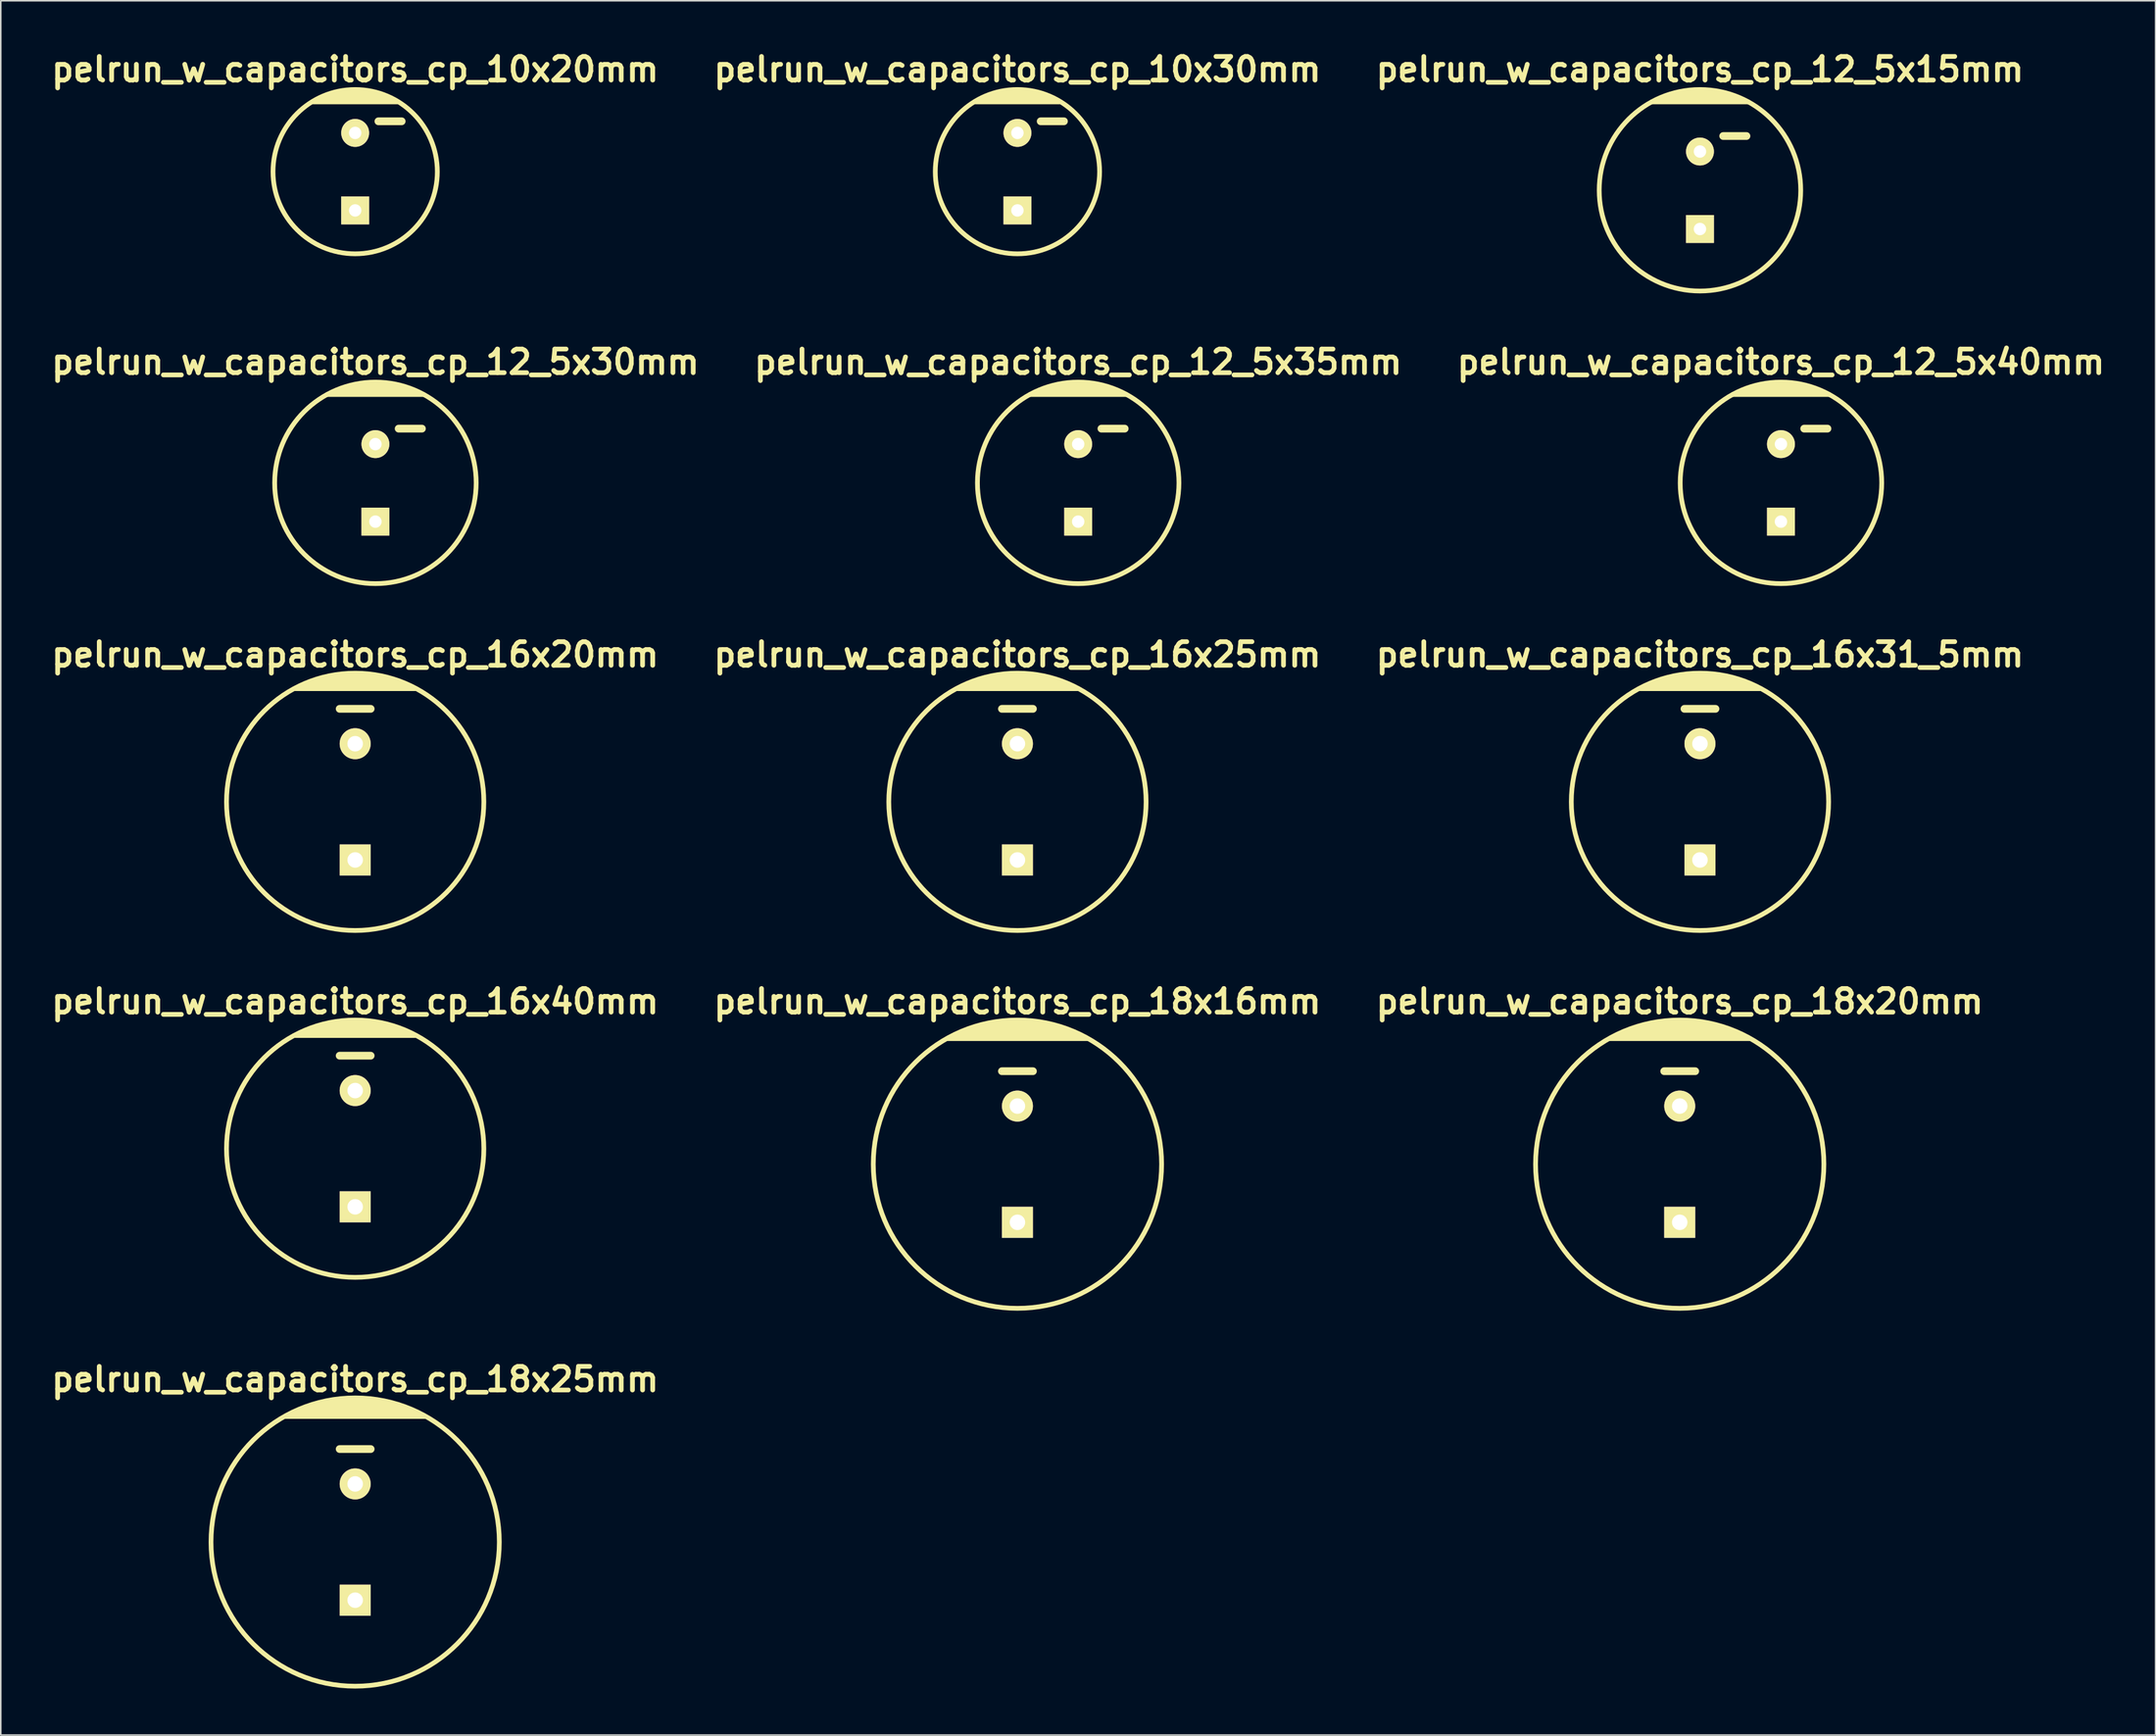
<source format=kicad_pcb>
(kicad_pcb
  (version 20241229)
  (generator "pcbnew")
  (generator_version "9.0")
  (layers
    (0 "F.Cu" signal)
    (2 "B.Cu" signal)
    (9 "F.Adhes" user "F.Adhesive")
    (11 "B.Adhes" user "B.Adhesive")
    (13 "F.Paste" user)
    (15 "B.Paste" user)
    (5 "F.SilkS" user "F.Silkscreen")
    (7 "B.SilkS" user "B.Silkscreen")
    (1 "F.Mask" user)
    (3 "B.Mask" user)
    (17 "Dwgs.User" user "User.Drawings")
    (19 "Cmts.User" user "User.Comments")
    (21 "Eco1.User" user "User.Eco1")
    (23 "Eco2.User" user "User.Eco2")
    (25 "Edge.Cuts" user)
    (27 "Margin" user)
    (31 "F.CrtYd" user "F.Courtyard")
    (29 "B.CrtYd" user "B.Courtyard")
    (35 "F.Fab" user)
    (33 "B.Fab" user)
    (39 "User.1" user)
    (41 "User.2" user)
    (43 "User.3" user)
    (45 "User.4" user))
  (footprint "pelrun_w_capacitors_cp_12_5x40mm"
    (layer "F.Cu")
    (at 111.845 28.105)
    (property "Reference" "pelrun_w_capacitors_cp_12_5x40mm" (at 0 -7.8 0) (layer "F.SilkS") (effects (font (size 1.524 1.524) (thickness 0.305))))
    (attr through_hole)
    (fp_line (start -3.1 -5.7) (end 3.1 -5.7) (stroke (width 0.305) (type solid)) (layer "F.SilkS"))
    (fp_line (start -1.4 -6.3) (end 1.4 -6.3) (stroke (width 0.305) (type solid)) (layer "F.SilkS"))
    (fp_line (start 1.5 -3.5) (end 3 -3.5) (stroke (width 0.5) (type solid)) (layer "F.SilkS"))
    (fp_line (start 2 -6.1) (end -2 -6.1) (stroke (width 0.305) (type solid)) (layer "F.SilkS"))
    (fp_line (start 2.4 -5.9) (end -2.4 -5.9) (stroke (width 0.305) (type solid)) (layer "F.SilkS"))
    (fp_circle (center 0 0) (end -6.5 0) (stroke (width 0.305) (type solid)) (fill no) (layer "F.SilkS"))
    (pad "1" thru_hole rect (at 0 2.5) (size 1.8 1.8) (drill 0.8) (layers "*.Cu" "*.Mask" "F.SilkS"))
    (pad "2" thru_hole circle (at 0 -2.5) (size 1.8 1.8) (drill 0.8) (layers "*.Cu" "*.Mask" "F.SilkS")))
  (footprint "pelrun_w_capacitors_cp_10x30mm"
    (layer "F.Cu")
    (at 62.588 8.026)
    (property "Reference" "pelrun_w_capacitors_cp_10x30mm" (at 0 -6.6 0) (layer "F.SilkS") (effects (font (size 1.524 1.524) (thickness 0.305))))
    (attr through_hole)
    (fp_line (start -2.7 -4.5) (end 2.7 -4.5) (stroke (width 0.305) (type solid)) (layer "F.SilkS"))
    (fp_line (start -1.3 -5.1) (end 1.3 -5.1) (stroke (width 0.305) (type solid)) (layer "F.SilkS"))
    (fp_line (start 1.5 -3.25) (end 3 -3.25) (stroke (width 0.5) (type solid)) (layer "F.SilkS"))
    (fp_line (start 1.9 -4.9) (end -1.9 -4.9) (stroke (width 0.305) (type solid)) (layer "F.SilkS"))
    (fp_line (start 2.3 -4.7) (end -2.3 -4.7) (stroke (width 0.305) (type solid)) (layer "F.SilkS"))
    (fp_circle (center 0 0) (end -5.3 0) (stroke (width 0.305) (type solid)) (fill no) (layer "F.SilkS"))
    (pad "1" thru_hole rect (at 0 2.5) (size 1.8 1.8) (drill 0.8) (layers "*.Cu" "*.Mask" "F.SilkS"))
    (pad "2" thru_hole circle (at 0 -2.5) (size 1.8 1.8) (drill 0.8) (layers "*.Cu" "*.Mask" "F.SilkS")))
  (footprint "pelrun_w_capacitors_cp_16x31_5mm"
    (layer "F.Cu")
    (at 106.62 48.684)
    (property "Reference" "pelrun_w_capacitors_cp_16x31_5mm" (at 0 -9.5 0) (layer "F.SilkS") (effects (font (size 1.524 1.524) (thickness 0.305))))
    (attr through_hole)
    (fp_line (start -3.4 -7.5) (end 3.4 -7.5) (stroke (width 0.305) (type solid)) (layer "F.SilkS"))
    (fp_line (start -2.4 -7.9) (end 2.4 -7.9) (stroke (width 0.305) (type solid)) (layer "F.SilkS"))
    (fp_line (start -1.7 -8.1) (end 1.7 -8.1) (stroke (width 0.305) (type solid)) (layer "F.SilkS"))
    (fp_line (start -1 -6) (end 1 -6) (stroke (width 0.5) (type solid)) (layer "F.SilkS"))
    (fp_line (start 3 -7.7) (end -2.9 -7.7) (stroke (width 0.305) (type solid)) (layer "F.SilkS"))
    (fp_line (start 3.9 -7.3) (end -3.9 -7.3) (stroke (width 0.305) (type solid)) (layer "F.SilkS"))
    (fp_circle (center 0 0) (end -8.3 0) (stroke (width 0.305) (type solid)) (fill no) (layer "F.SilkS"))
    (pad "1" thru_hole rect (at 0 3.75) (size 2 2) (drill 1) (layers "*.Cu" "*.Mask" "F.SilkS"))
    (pad "2" thru_hole circle (at 0 -3.75) (size 2 2) (drill 1) (layers "*.Cu" "*.Mask" "F.SilkS")))
  (footprint "pelrun_w_capacitors_cp_12_5x35mm"
    (layer "F.Cu")
    (at 66.507 28.105)
    (property "Reference" "pelrun_w_capacitors_cp_12_5x35mm" (at 0 -7.8 0) (layer "F.SilkS") (effects (font (size 1.524 1.524) (thickness 0.305))))
    (attr through_hole)
    (fp_line (start -3.1 -5.7) (end 3.1 -5.7) (stroke (width 0.305) (type solid)) (layer "F.SilkS"))
    (fp_line (start -1.4 -6.3) (end 1.4 -6.3) (stroke (width 0.305) (type solid)) (layer "F.SilkS"))
    (fp_line (start 1.5 -3.5) (end 3 -3.5) (stroke (width 0.5) (type solid)) (layer "F.SilkS"))
    (fp_line (start 2 -6.1) (end -2 -6.1) (stroke (width 0.305) (type solid)) (layer "F.SilkS"))
    (fp_line (start 2.4 -5.9) (end -2.4 -5.9) (stroke (width 0.305) (type solid)) (layer "F.SilkS"))
    (fp_circle (center 0 0) (end -6.5 0) (stroke (width 0.305) (type solid)) (fill no) (layer "F.SilkS"))
    (pad "1" thru_hole rect (at 0 2.5) (size 1.8 1.8) (drill 0.8) (layers "*.Cu" "*.Mask" "F.SilkS"))
    (pad "2" thru_hole circle (at 0 -2.5) (size 1.8 1.8) (drill 0.8) (layers "*.Cu" "*.Mask" "F.SilkS")))
  (footprint "pelrun_w_capacitors_cp_18x25mm"
    (layer "F.Cu")
    (at 19.863 96.442)
    (property "Reference" "pelrun_w_capacitors_cp_18x25mm" (at 0 -10.5 0) (layer "F.SilkS") (effects (font (size 1.524 1.524) (thickness 0.305))))
    (attr through_hole)
    (fp_line (start -4.5 -8.1) (end 4.5 -8.1) (stroke (width 0.305) (type solid)) (layer "F.SilkS"))
    (fp_line (start -4.1 -8.3) (end 4.1 -8.3) (stroke (width 0.305) (type solid)) (layer "F.SilkS"))
    (fp_line (start -3.2 -8.7) (end 3.2 -8.7) (stroke (width 0.305) (type solid)) (layer "F.SilkS"))
    (fp_line (start -1.8 -9.1) (end 1.8 -9.1) (stroke (width 0.305) (type solid)) (layer "F.SilkS"))
    (fp_line (start -1 -6) (end 1 -6) (stroke (width 0.5) (type solid)) (layer "F.SilkS"))
    (fp_line (start 2.6 -8.9) (end -2.6 -8.9) (stroke (width 0.305) (type solid)) (layer "F.SilkS"))
    (fp_line (start 3.7 -8.5) (end -3.7 -8.5) (stroke (width 0.305) (type solid)) (layer "F.SilkS"))
    (fp_circle (center 0 0) (end -9.3 0) (stroke (width 0.305) (type solid)) (fill no) (layer "F.SilkS"))
    (pad "1" thru_hole rect (at 0 3.75) (size 2 2) (drill 1) (layers "*.Cu" "*.Mask" "F.SilkS"))
    (pad "2" thru_hole circle (at 0 -3.75) (size 2 2) (drill 1) (layers "*.Cu" "*.Mask" "F.SilkS")))
  (footprint "pelrun_w_capacitors_cp_18x20mm"
    (layer "F.Cu")
    (at 105.314 72.063)
    (property "Reference" "pelrun_w_capacitors_cp_18x20mm" (at 0 -10.5 0) (layer "F.SilkS") (effects (font (size 1.524 1.524) (thickness 0.305))))
    (attr through_hole)
    (fp_line (start -4.5 -8.1) (end 4.5 -8.1) (stroke (width 0.305) (type solid)) (layer "F.SilkS"))
    (fp_line (start -4.1 -8.3) (end 4.1 -8.3) (stroke (width 0.305) (type solid)) (layer "F.SilkS"))
    (fp_line (start -3.2 -8.7) (end 3.2 -8.7) (stroke (width 0.305) (type solid)) (layer "F.SilkS"))
    (fp_line (start -1.8 -9.1) (end 1.8 -9.1) (stroke (width 0.305) (type solid)) (layer "F.SilkS"))
    (fp_line (start -1 -6) (end 1 -6) (stroke (width 0.5) (type solid)) (layer "F.SilkS"))
    (fp_line (start 2.6 -8.9) (end -2.6 -8.9) (stroke (width 0.305) (type solid)) (layer "F.SilkS"))
    (fp_line (start 3.7 -8.5) (end -3.7 -8.5) (stroke (width 0.305) (type solid)) (layer "F.SilkS"))
    (fp_circle (center 0 0) (end -9.3 0) (stroke (width 0.305) (type solid)) (fill no) (layer "F.SilkS"))
    (pad "1" thru_hole rect (at 0 3.75) (size 2 2) (drill 1) (layers "*.Cu" "*.Mask" "F.SilkS"))
    (pad "2" thru_hole circle (at 0 -3.75) (size 2 2) (drill 1) (layers "*.Cu" "*.Mask" "F.SilkS")))
  (footprint "pelrun_w_capacitors_cp_16x20mm"
    (layer "F.Cu")
    (at 19.863 48.684)
    (property "Reference" "pelrun_w_capacitors_cp_16x20mm" (at 0 -9.5 0) (layer "F.SilkS") (effects (font (size 1.524 1.524) (thickness 0.305))))
    (attr through_hole)
    (fp_line (start -3.4 -7.5) (end 3.4 -7.5) (stroke (width 0.305) (type solid)) (layer "F.SilkS"))
    (fp_line (start -2.4 -7.9) (end 2.4 -7.9) (stroke (width 0.305) (type solid)) (layer "F.SilkS"))
    (fp_line (start -1.7 -8.1) (end 1.7 -8.1) (stroke (width 0.305) (type solid)) (layer "F.SilkS"))
    (fp_line (start -1 -6) (end 1 -6) (stroke (width 0.5) (type solid)) (layer "F.SilkS"))
    (fp_line (start 3 -7.7) (end -2.9 -7.7) (stroke (width 0.305) (type solid)) (layer "F.SilkS"))
    (fp_line (start 3.9 -7.3) (end -3.9 -7.3) (stroke (width 0.305) (type solid)) (layer "F.SilkS"))
    (fp_circle (center 0 0) (end -8.3 0) (stroke (width 0.305) (type solid)) (fill no) (layer "F.SilkS"))
    (pad "1" thru_hole rect (at 0 3.75) (size 2 2) (drill 1) (layers "*.Cu" "*.Mask" "F.SilkS"))
    (pad "2" thru_hole circle (at 0 -3.75) (size 2 2) (drill 1) (layers "*.Cu" "*.Mask" "F.SilkS")))
  (footprint "pelrun_w_capacitors_cp_10x20mm"
    (layer "F.Cu")
    (at 19.863 8.026)
    (property "Reference" "pelrun_w_capacitors_cp_10x20mm" (at 0 -6.6 0) (layer "F.SilkS") (effects (font (size 1.524 1.524) (thickness 0.305))))
    (attr through_hole)
    (fp_line (start -2.7 -4.5) (end 2.7 -4.5) (stroke (width 0.305) (type solid)) (layer "F.SilkS"))
    (fp_line (start -1.3 -5.1) (end 1.3 -5.1) (stroke (width 0.305) (type solid)) (layer "F.SilkS"))
    (fp_line (start 1.5 -3.25) (end 3 -3.25) (stroke (width 0.5) (type solid)) (layer "F.SilkS"))
    (fp_line (start 1.9 -4.9) (end -1.9 -4.9) (stroke (width 0.305) (type solid)) (layer "F.SilkS"))
    (fp_line (start 2.3 -4.7) (end -2.3 -4.7) (stroke (width 0.305) (type solid)) (layer "F.SilkS"))
    (fp_circle (center 0 0) (end -5.3 0) (stroke (width 0.305) (type solid)) (fill no) (layer "F.SilkS"))
    (pad "1" thru_hole rect (at 0 2.5) (size 1.8 1.8) (drill 0.8) (layers "*.Cu" "*.Mask" "F.SilkS"))
    (pad "2" thru_hole circle (at 0 -2.5) (size 1.8 1.8) (drill 0.8) (layers "*.Cu" "*.Mask" "F.SilkS")))
  (footprint "pelrun_w_capacitors_cp_16x40mm"
    (layer "F.Cu")
    (at 19.863 71.063)
    (property "Reference" "pelrun_w_capacitors_cp_16x40mm" (at 0 -9.5 0) (layer "F.SilkS") (effects (font (size 1.524 1.524) (thickness 0.305))))
    (attr through_hole)
    (fp_line (start -3.4 -7.5) (end 3.4 -7.5) (stroke (width 0.305) (type solid)) (layer "F.SilkS"))
    (fp_line (start -2.4 -7.9) (end 2.4 -7.9) (stroke (width 0.305) (type solid)) (layer "F.SilkS"))
    (fp_line (start -1.7 -8.1) (end 1.7 -8.1) (stroke (width 0.305) (type solid)) (layer "F.SilkS"))
    (fp_line (start -1 -6) (end 1 -6) (stroke (width 0.5) (type solid)) (layer "F.SilkS"))
    (fp_line (start 3 -7.7) (end -2.9 -7.7) (stroke (width 0.305) (type solid)) (layer "F.SilkS"))
    (fp_line (start 3.9 -7.3) (end -3.9 -7.3) (stroke (width 0.305) (type solid)) (layer "F.SilkS"))
    (fp_circle (center 0 0) (end -8.3 0) (stroke (width 0.305) (type solid)) (fill no) (layer "F.SilkS"))
    (pad "1" thru_hole rect (at 0 3.75) (size 2 2) (drill 1) (layers "*.Cu" "*.Mask" "F.SilkS"))
    (pad "2" thru_hole circle (at 0 -3.75) (size 2 2) (drill 1) (layers "*.Cu" "*.Mask" "F.SilkS")))
  (footprint "pelrun_w_capacitors_cp_12_5x15mm"
    (layer "F.Cu")
    (at 106.62 9.226)
    (property "Reference" "pelrun_w_capacitors_cp_12_5x15mm" (at 0 -7.8 0) (layer "F.SilkS") (effects (font (size 1.524 1.524) (thickness 0.305))))
    (attr through_hole)
    (fp_line (start -3.1 -5.7) (end 3.1 -5.7) (stroke (width 0.305) (type solid)) (layer "F.SilkS"))
    (fp_line (start -1.4 -6.3) (end 1.4 -6.3) (stroke (width 0.305) (type solid)) (layer "F.SilkS"))
    (fp_line (start 1.5 -3.5) (end 3 -3.5) (stroke (width 0.5) (type solid)) (layer "F.SilkS"))
    (fp_line (start 2 -6.1) (end -2 -6.1) (stroke (width 0.305) (type solid)) (layer "F.SilkS"))
    (fp_line (start 2.4 -5.9) (end -2.4 -5.9) (stroke (width 0.305) (type solid)) (layer "F.SilkS"))
    (fp_circle (center 0 0) (end -6.5 0) (stroke (width 0.305) (type solid)) (fill no) (layer "F.SilkS"))
    (pad "1" thru_hole rect (at 0 2.5) (size 1.8 1.8) (drill 0.8) (layers "*.Cu" "*.Mask" "F.SilkS"))
    (pad "2" thru_hole circle (at 0 -2.5) (size 1.8 1.8) (drill 0.8) (layers "*.Cu" "*.Mask" "F.SilkS")))
  (footprint "pelrun_w_capacitors_cp_12_5x30mm"
    (layer "F.Cu")
    (at 21.169 28.105)
    (property "Reference" "pelrun_w_capacitors_cp_12_5x30mm" (at 0 -7.8 0) (layer "F.SilkS") (effects (font (size 1.524 1.524) (thickness 0.305))))
    (attr through_hole)
    (fp_line (start -3.1 -5.7) (end 3.1 -5.7) (stroke (width 0.305) (type solid)) (layer "F.SilkS"))
    (fp_line (start -1.4 -6.3) (end 1.4 -6.3) (stroke (width 0.305) (type solid)) (layer "F.SilkS"))
    (fp_line (start 1.5 -3.5) (end 3 -3.5) (stroke (width 0.5) (type solid)) (layer "F.SilkS"))
    (fp_line (start 2 -6.1) (end -2 -6.1) (stroke (width 0.305) (type solid)) (layer "F.SilkS"))
    (fp_line (start 2.4 -5.9) (end -2.4 -5.9) (stroke (width 0.305) (type solid)) (layer "F.SilkS"))
    (fp_circle (center 0 0) (end -6.5 0) (stroke (width 0.305) (type solid)) (fill no) (layer "F.SilkS"))
    (pad "1" thru_hole rect (at 0 2.5) (size 1.8 1.8) (drill 0.8) (layers "*.Cu" "*.Mask" "F.SilkS"))
    (pad "2" thru_hole circle (at 0 -2.5) (size 1.8 1.8) (drill 0.8) (layers "*.Cu" "*.Mask" "F.SilkS")))
  (footprint "pelrun_w_capacitors_cp_16x25mm"
    (layer "F.Cu")
    (at 62.588 48.684)
    (property "Reference" "pelrun_w_capacitors_cp_16x25mm" (at 0 -9.5 0) (layer "F.SilkS") (effects (font (size 1.524 1.524) (thickness 0.305))))
    (attr through_hole)
    (fp_line (start -3.4 -7.5) (end 3.4 -7.5) (stroke (width 0.305) (type solid)) (layer "F.SilkS"))
    (fp_line (start -2.4 -7.9) (end 2.4 -7.9) (stroke (width 0.305) (type solid)) (layer "F.SilkS"))
    (fp_line (start -1.7 -8.1) (end 1.7 -8.1) (stroke (width 0.305) (type solid)) (layer "F.SilkS"))
    (fp_line (start -1 -6) (end 1 -6) (stroke (width 0.5) (type solid)) (layer "F.SilkS"))
    (fp_line (start 3 -7.7) (end -2.9 -7.7) (stroke (width 0.305) (type solid)) (layer "F.SilkS"))
    (fp_line (start 3.9 -7.3) (end -3.9 -7.3) (stroke (width 0.305) (type solid)) (layer "F.SilkS"))
    (fp_circle (center 0 0) (end -8.3 0) (stroke (width 0.305) (type solid)) (fill no) (layer "F.SilkS"))
    (pad "1" thru_hole rect (at 0 3.75) (size 2 2) (drill 1) (layers "*.Cu" "*.Mask" "F.SilkS"))
    (pad "2" thru_hole circle (at 0 -3.75) (size 2 2) (drill 1) (layers "*.Cu" "*.Mask" "F.SilkS")))
  (footprint "pelrun_w_capacitors_cp_18x16mm"
    (layer "F.Cu")
    (at 62.588 72.063)
    (property "Reference" "pelrun_w_capacitors_cp_18x16mm" (at 0 -10.5 0) (layer "F.SilkS") (effects (font (size 1.524 1.524) (thickness 0.305))))
    (attr through_hole)
    (fp_line (start -4.5 -8.1) (end 4.5 -8.1) (stroke (width 0.305) (type solid)) (layer "F.SilkS"))
    (fp_line (start -4.1 -8.3) (end 4.1 -8.3) (stroke (width 0.305) (type solid)) (layer "F.SilkS"))
    (fp_line (start -3.2 -8.7) (end 3.2 -8.7) (stroke (width 0.305) (type solid)) (layer "F.SilkS"))
    (fp_line (start -1.8 -9.1) (end 1.8 -9.1) (stroke (width 0.305) (type solid)) (layer "F.SilkS"))
    (fp_line (start -1 -6) (end 1 -6) (stroke (width 0.5) (type solid)) (layer "F.SilkS"))
    (fp_line (start 2.6 -8.9) (end -2.6 -8.9) (stroke (width 0.305) (type solid)) (layer "F.SilkS"))
    (fp_line (start 3.7 -8.5) (end -3.7 -8.5) (stroke (width 0.305) (type solid)) (layer "F.SilkS"))
    (fp_circle (center 0 0) (end -9.3 0) (stroke (width 0.305) (type solid)) (fill no) (layer "F.SilkS"))
    (pad "1" thru_hole rect (at 0 3.75) (size 2 2) (drill 1) (layers "*.Cu" "*.Mask" "F.SilkS"))
    (pad "2" thru_hole circle (at 0 -3.75) (size 2 2) (drill 1) (layers "*.Cu" "*.Mask" "F.SilkS")))
  (gr_rect
    (start -3 -3)
    (end 136.015 108.894)
    (stroke (width 0.1) (type default))
    (fill no)
    (layer "Edge.Cuts")))
</source>
